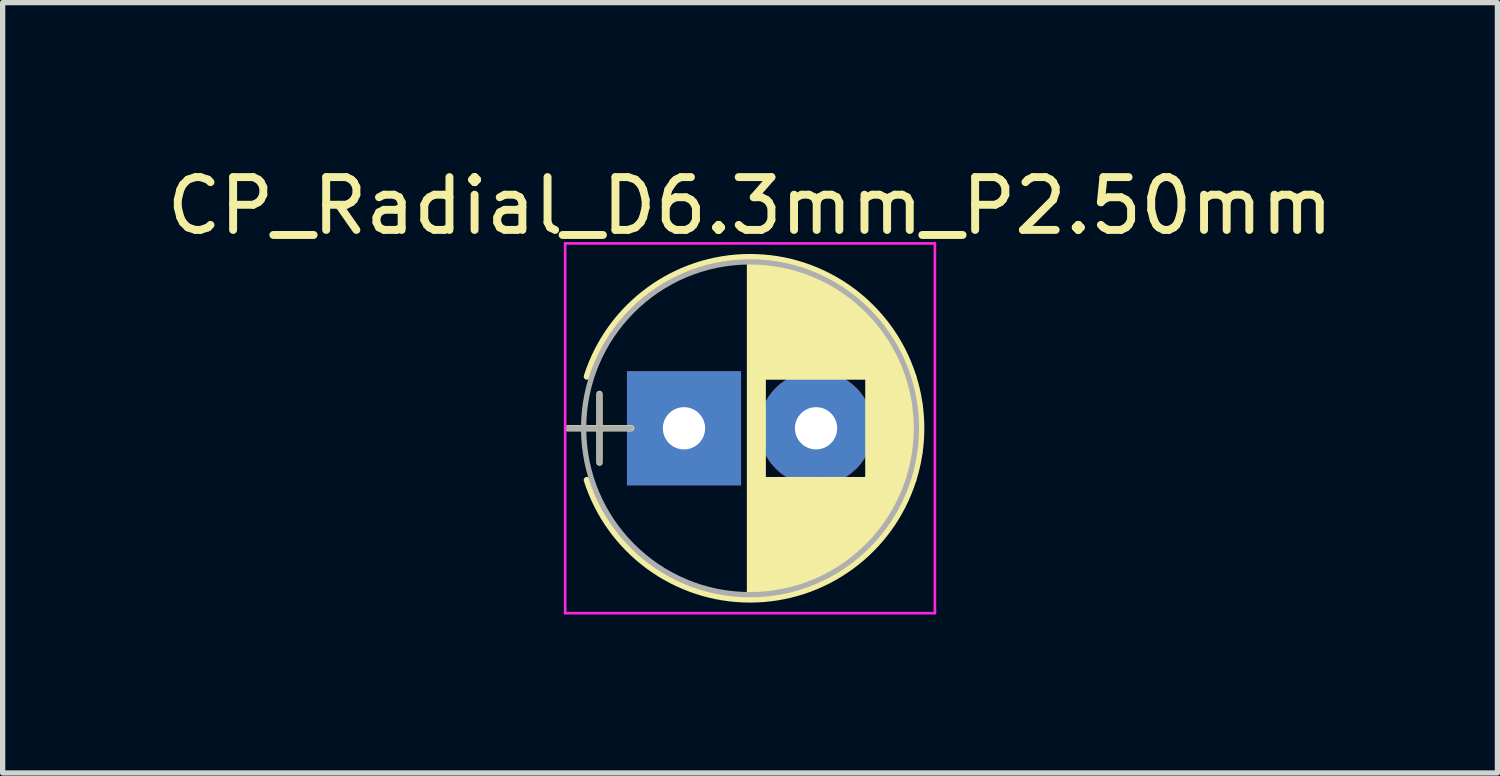
<source format=kicad_pcb>
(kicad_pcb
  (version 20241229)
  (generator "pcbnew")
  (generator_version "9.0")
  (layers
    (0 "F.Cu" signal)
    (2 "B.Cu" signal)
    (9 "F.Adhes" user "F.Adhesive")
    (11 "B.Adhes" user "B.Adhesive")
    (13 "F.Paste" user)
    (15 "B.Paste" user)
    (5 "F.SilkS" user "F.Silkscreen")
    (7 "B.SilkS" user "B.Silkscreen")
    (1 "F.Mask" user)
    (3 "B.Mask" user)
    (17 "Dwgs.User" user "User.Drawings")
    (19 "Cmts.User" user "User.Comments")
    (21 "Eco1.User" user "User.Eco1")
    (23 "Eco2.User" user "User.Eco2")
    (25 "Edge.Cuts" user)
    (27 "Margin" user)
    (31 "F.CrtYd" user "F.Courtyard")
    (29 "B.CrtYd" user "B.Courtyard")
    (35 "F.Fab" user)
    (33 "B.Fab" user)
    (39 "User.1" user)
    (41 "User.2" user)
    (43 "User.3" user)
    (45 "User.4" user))
  (footprint "CP_Radial_D6.3mm_P2.50mm"
    (layer "F.Cu")
    (at 9.899 5.058)
    (property "Reference" "CP_Radial_D6.3mm_P2.50mm" (at 1.25 -4.21 0) (layer "F.SilkS") (effects (font (size 1 1) (thickness 0.15))))
    (attr through_hole)
    (fp_line (start -2.2 0) (end -1 0) (stroke (width 0.12) (type solid)) (layer "F.SilkS"))
    (fp_line (start -1.6 -0.65) (end -1.6 0.65) (stroke (width 0.12) (type solid)) (layer "F.SilkS"))
    (fp_line (start 1.25 -3.2) (end 1.25 3.2) (stroke (width 0.12) (type solid)) (layer "F.SilkS"))
    (fp_line (start 1.29 -3.2) (end 1.29 3.2) (stroke (width 0.12) (type solid)) (layer "F.SilkS"))
    (fp_line (start 1.33 -3.2) (end 1.33 3.2) (stroke (width 0.12) (type solid)) (layer "F.SilkS"))
    (fp_line (start 1.37 -3.198) (end 1.37 3.198) (stroke (width 0.12) (type solid)) (layer "F.SilkS"))
    (fp_line (start 1.41 -3.197) (end 1.41 3.197) (stroke (width 0.12) (type solid)) (layer "F.SilkS"))
    (fp_line (start 1.45 -3.194) (end 1.45 3.194) (stroke (width 0.12) (type solid)) (layer "F.SilkS"))
    (fp_line (start 1.49 -3.192) (end 1.49 3.192) (stroke (width 0.12) (type solid)) (layer "F.SilkS"))
    (fp_line (start 1.53 -3.188) (end 1.53 -0.98) (stroke (width 0.12) (type solid)) (layer "F.SilkS"))
    (fp_line (start 1.53 0.98) (end 1.53 3.188) (stroke (width 0.12) (type solid)) (layer "F.SilkS"))
    (fp_line (start 1.57 -3.185) (end 1.57 -0.98) (stroke (width 0.12) (type solid)) (layer "F.SilkS"))
    (fp_line (start 1.57 0.98) (end 1.57 3.185) (stroke (width 0.12) (type solid)) (layer "F.SilkS"))
    (fp_line (start 1.61 -3.18) (end 1.61 -0.98) (stroke (width 0.12) (type solid)) (layer "F.SilkS"))
    (fp_line (start 1.61 0.98) (end 1.61 3.18) (stroke (width 0.12) (type solid)) (layer "F.SilkS"))
    (fp_line (start 1.65 -3.176) (end 1.65 -0.98) (stroke (width 0.12) (type solid)) (layer "F.SilkS"))
    (fp_line (start 1.65 0.98) (end 1.65 3.176) (stroke (width 0.12) (type solid)) (layer "F.SilkS"))
    (fp_line (start 1.69 -3.17) (end 1.69 -0.98) (stroke (width 0.12) (type solid)) (layer "F.SilkS"))
    (fp_line (start 1.69 0.98) (end 1.69 3.17) (stroke (width 0.12) (type solid)) (layer "F.SilkS"))
    (fp_line (start 1.73 -3.165) (end 1.73 -0.98) (stroke (width 0.12) (type solid)) (layer "F.SilkS"))
    (fp_line (start 1.73 0.98) (end 1.73 3.165) (stroke (width 0.12) (type solid)) (layer "F.SilkS"))
    (fp_line (start 1.77 -3.158) (end 1.77 -0.98) (stroke (width 0.12) (type solid)) (layer "F.SilkS"))
    (fp_line (start 1.77 0.98) (end 1.77 3.158) (stroke (width 0.12) (type solid)) (layer "F.SilkS"))
    (fp_line (start 1.81 -3.152) (end 1.81 -0.98) (stroke (width 0.12) (type solid)) (layer "F.SilkS"))
    (fp_line (start 1.81 0.98) (end 1.81 3.152) (stroke (width 0.12) (type solid)) (layer "F.SilkS"))
    (fp_line (start 1.85 -3.144) (end 1.85 -0.98) (stroke (width 0.12) (type solid)) (layer "F.SilkS"))
    (fp_line (start 1.85 0.98) (end 1.85 3.144) (stroke (width 0.12) (type solid)) (layer "F.SilkS"))
    (fp_line (start 1.89 -3.137) (end 1.89 -0.98) (stroke (width 0.12) (type solid)) (layer "F.SilkS"))
    (fp_line (start 1.89 0.98) (end 1.89 3.137) (stroke (width 0.12) (type solid)) (layer "F.SilkS"))
    (fp_line (start 1.93 -3.128) (end 1.93 -0.98) (stroke (width 0.12) (type solid)) (layer "F.SilkS"))
    (fp_line (start 1.93 0.98) (end 1.93 3.128) (stroke (width 0.12) (type solid)) (layer "F.SilkS"))
    (fp_line (start 1.971 -3.119) (end 1.971 -0.98) (stroke (width 0.12) (type solid)) (layer "F.SilkS"))
    (fp_line (start 1.971 0.98) (end 1.971 3.119) (stroke (width 0.12) (type solid)) (layer "F.SilkS"))
    (fp_line (start 2.011 -3.11) (end 2.011 -0.98) (stroke (width 0.12) (type solid)) (layer "F.SilkS"))
    (fp_line (start 2.011 0.98) (end 2.011 3.11) (stroke (width 0.12) (type solid)) (layer "F.SilkS"))
    (fp_line (start 2.051 -3.1) (end 2.051 -0.98) (stroke (width 0.12) (type solid)) (layer "F.SilkS"))
    (fp_line (start 2.051 0.98) (end 2.051 3.1) (stroke (width 0.12) (type solid)) (layer "F.SilkS"))
    (fp_line (start 2.091 -3.09) (end 2.091 -0.98) (stroke (width 0.12) (type solid)) (layer "F.SilkS"))
    (fp_line (start 2.091 0.98) (end 2.091 3.09) (stroke (width 0.12) (type solid)) (layer "F.SilkS"))
    (fp_line (start 2.131 -3.079) (end 2.131 -0.98) (stroke (width 0.12) (type solid)) (layer "F.SilkS"))
    (fp_line (start 2.131 0.98) (end 2.131 3.079) (stroke (width 0.12) (type solid)) (layer "F.SilkS"))
    (fp_line (start 2.171 -3.067) (end 2.171 -0.98) (stroke (width 0.12) (type solid)) (layer "F.SilkS"))
    (fp_line (start 2.171 0.98) (end 2.171 3.067) (stroke (width 0.12) (type solid)) (layer "F.SilkS"))
    (fp_line (start 2.211 -3.055) (end 2.211 -0.98) (stroke (width 0.12) (type solid)) (layer "F.SilkS"))
    (fp_line (start 2.211 0.98) (end 2.211 3.055) (stroke (width 0.12) (type solid)) (layer "F.SilkS"))
    (fp_line (start 2.251 -3.042) (end 2.251 -0.98) (stroke (width 0.12) (type solid)) (layer "F.SilkS"))
    (fp_line (start 2.251 0.98) (end 2.251 3.042) (stroke (width 0.12) (type solid)) (layer "F.SilkS"))
    (fp_line (start 2.291 -3.029) (end 2.291 -0.98) (stroke (width 0.12) (type solid)) (layer "F.SilkS"))
    (fp_line (start 2.291 0.98) (end 2.291 3.029) (stroke (width 0.12) (type solid)) (layer "F.SilkS"))
    (fp_line (start 2.331 -3.015) (end 2.331 -0.98) (stroke (width 0.12) (type solid)) (layer "F.SilkS"))
    (fp_line (start 2.331 0.98) (end 2.331 3.015) (stroke (width 0.12) (type solid)) (layer "F.SilkS"))
    (fp_line (start 2.371 -3.001) (end 2.371 -0.98) (stroke (width 0.12) (type solid)) (layer "F.SilkS"))
    (fp_line (start 2.371 0.98) (end 2.371 3.001) (stroke (width 0.12) (type solid)) (layer "F.SilkS"))
    (fp_line (start 2.411 -2.986) (end 2.411 -0.98) (stroke (width 0.12) (type solid)) (layer "F.SilkS"))
    (fp_line (start 2.411 0.98) (end 2.411 2.986) (stroke (width 0.12) (type solid)) (layer "F.SilkS"))
    (fp_line (start 2.451 -2.97) (end 2.451 -0.98) (stroke (width 0.12) (type solid)) (layer "F.SilkS"))
    (fp_line (start 2.451 0.98) (end 2.451 2.97) (stroke (width 0.12) (type solid)) (layer "F.SilkS"))
    (fp_line (start 2.491 -2.954) (end 2.491 -0.98) (stroke (width 0.12) (type solid)) (layer "F.SilkS"))
    (fp_line (start 2.491 0.98) (end 2.491 2.954) (stroke (width 0.12) (type solid)) (layer "F.SilkS"))
    (fp_line (start 2.531 -2.937) (end 2.531 -0.98) (stroke (width 0.12) (type solid)) (layer "F.SilkS"))
    (fp_line (start 2.531 0.98) (end 2.531 2.937) (stroke (width 0.12) (type solid)) (layer "F.SilkS"))
    (fp_line (start 2.571 -2.919) (end 2.571 -0.98) (stroke (width 0.12) (type solid)) (layer "F.SilkS"))
    (fp_line (start 2.571 0.98) (end 2.571 2.919) (stroke (width 0.12) (type solid)) (layer "F.SilkS"))
    (fp_line (start 2.611 -2.901) (end 2.611 -0.98) (stroke (width 0.12) (type solid)) (layer "F.SilkS"))
    (fp_line (start 2.611 0.98) (end 2.611 2.901) (stroke (width 0.12) (type solid)) (layer "F.SilkS"))
    (fp_line (start 2.651 -2.882) (end 2.651 -0.98) (stroke (width 0.12) (type solid)) (layer "F.SilkS"))
    (fp_line (start 2.651 0.98) (end 2.651 2.882) (stroke (width 0.12) (type solid)) (layer "F.SilkS"))
    (fp_line (start 2.691 -2.863) (end 2.691 -0.98) (stroke (width 0.12) (type solid)) (layer "F.SilkS"))
    (fp_line (start 2.691 0.98) (end 2.691 2.863) (stroke (width 0.12) (type solid)) (layer "F.SilkS"))
    (fp_line (start 2.731 -2.843) (end 2.731 -0.98) (stroke (width 0.12) (type solid)) (layer "F.SilkS"))
    (fp_line (start 2.731 0.98) (end 2.731 2.843) (stroke (width 0.12) (type solid)) (layer "F.SilkS"))
    (fp_line (start 2.771 -2.822) (end 2.771 -0.98) (stroke (width 0.12) (type solid)) (layer "F.SilkS"))
    (fp_line (start 2.771 0.98) (end 2.771 2.822) (stroke (width 0.12) (type solid)) (layer "F.SilkS"))
    (fp_line (start 2.811 -2.8) (end 2.811 -0.98) (stroke (width 0.12) (type solid)) (layer "F.SilkS"))
    (fp_line (start 2.811 0.98) (end 2.811 2.8) (stroke (width 0.12) (type solid)) (layer "F.SilkS"))
    (fp_line (start 2.851 -2.778) (end 2.851 -0.98) (stroke (width 0.12) (type solid)) (layer "F.SilkS"))
    (fp_line (start 2.851 0.98) (end 2.851 2.778) (stroke (width 0.12) (type solid)) (layer "F.SilkS"))
    (fp_line (start 2.891 -2.755) (end 2.891 -0.98) (stroke (width 0.12) (type solid)) (layer "F.SilkS"))
    (fp_line (start 2.891 0.98) (end 2.891 2.755) (stroke (width 0.12) (type solid)) (layer "F.SilkS"))
    (fp_line (start 2.931 -2.731) (end 2.931 -0.98) (stroke (width 0.12) (type solid)) (layer "F.SilkS"))
    (fp_line (start 2.931 0.98) (end 2.931 2.731) (stroke (width 0.12) (type solid)) (layer "F.SilkS"))
    (fp_line (start 2.971 -2.706) (end 2.971 -0.98) (stroke (width 0.12) (type solid)) (layer "F.SilkS"))
    (fp_line (start 2.971 0.98) (end 2.971 2.706) (stroke (width 0.12) (type solid)) (layer "F.SilkS"))
    (fp_line (start 3.011 -2.681) (end 3.011 -0.98) (stroke (width 0.12) (type solid)) (layer "F.SilkS"))
    (fp_line (start 3.011 0.98) (end 3.011 2.681) (stroke (width 0.12) (type solid)) (layer "F.SilkS"))
    (fp_line (start 3.051 -2.654) (end 3.051 -0.98) (stroke (width 0.12) (type solid)) (layer "F.SilkS"))
    (fp_line (start 3.051 0.98) (end 3.051 2.654) (stroke (width 0.12) (type solid)) (layer "F.SilkS"))
    (fp_line (start 3.091 -2.627) (end 3.091 -0.98) (stroke (width 0.12) (type solid)) (layer "F.SilkS"))
    (fp_line (start 3.091 0.98) (end 3.091 2.627) (stroke (width 0.12) (type solid)) (layer "F.SilkS"))
    (fp_line (start 3.131 -2.599) (end 3.131 -0.98) (stroke (width 0.12) (type solid)) (layer "F.SilkS"))
    (fp_line (start 3.131 0.98) (end 3.131 2.599) (stroke (width 0.12) (type solid)) (layer "F.SilkS"))
    (fp_line (start 3.171 -2.57) (end 3.171 -0.98) (stroke (width 0.12) (type solid)) (layer "F.SilkS"))
    (fp_line (start 3.171 0.98) (end 3.171 2.57) (stroke (width 0.12) (type solid)) (layer "F.SilkS"))
    (fp_line (start 3.211 -2.54) (end 3.211 -0.98) (stroke (width 0.12) (type solid)) (layer "F.SilkS"))
    (fp_line (start 3.211 0.98) (end 3.211 2.54) (stroke (width 0.12) (type solid)) (layer "F.SilkS"))
    (fp_line (start 3.251 -2.51) (end 3.251 -0.98) (stroke (width 0.12) (type solid)) (layer "F.SilkS"))
    (fp_line (start 3.251 0.98) (end 3.251 2.51) (stroke (width 0.12) (type solid)) (layer "F.SilkS"))
    (fp_line (start 3.291 -2.478) (end 3.291 -0.98) (stroke (width 0.12) (type solid)) (layer "F.SilkS"))
    (fp_line (start 3.291 0.98) (end 3.291 2.478) (stroke (width 0.12) (type solid)) (layer "F.SilkS"))
    (fp_line (start 3.331 -2.445) (end 3.331 -0.98) (stroke (width 0.12) (type solid)) (layer "F.SilkS"))
    (fp_line (start 3.331 0.98) (end 3.331 2.445) (stroke (width 0.12) (type solid)) (layer "F.SilkS"))
    (fp_line (start 3.371 -2.411) (end 3.371 -0.98) (stroke (width 0.12) (type solid)) (layer "F.SilkS"))
    (fp_line (start 3.371 0.98) (end 3.371 2.411) (stroke (width 0.12) (type solid)) (layer "F.SilkS"))
    (fp_line (start 3.411 -2.375) (end 3.411 -0.98) (stroke (width 0.12) (type solid)) (layer "F.SilkS"))
    (fp_line (start 3.411 0.98) (end 3.411 2.375) (stroke (width 0.12) (type solid)) (layer "F.SilkS"))
    (fp_line (start 3.451 -2.339) (end 3.451 -0.98) (stroke (width 0.12) (type solid)) (layer "F.SilkS"))
    (fp_line (start 3.451 0.98) (end 3.451 2.339) (stroke (width 0.12) (type solid)) (layer "F.SilkS"))
    (fp_line (start 3.491 -2.301) (end 3.491 2.301) (stroke (width 0.12) (type solid)) (layer "F.SilkS"))
    (fp_line (start 3.531 -2.262) (end 3.531 2.262) (stroke (width 0.12) (type solid)) (layer "F.SilkS"))
    (fp_line (start 3.571 -2.222) (end 3.571 2.222) (stroke (width 0.12) (type solid)) (layer "F.SilkS"))
    (fp_line (start 3.611 -2.18) (end 3.611 2.18) (stroke (width 0.12) (type solid)) (layer "F.SilkS"))
    (fp_line (start 3.651 -2.137) (end 3.651 2.137) (stroke (width 0.12) (type solid)) (layer "F.SilkS"))
    (fp_line (start 3.691 -2.092) (end 3.691 2.092) (stroke (width 0.12) (type solid)) (layer "F.SilkS"))
    (fp_line (start 3.731 -2.045) (end 3.731 2.045) (stroke (width 0.12) (type solid)) (layer "F.SilkS"))
    (fp_line (start 3.771 -1.997) (end 3.771 1.997) (stroke (width 0.12) (type solid)) (layer "F.SilkS"))
    (fp_line (start 3.811 -1.946) (end 3.811 1.946) (stroke (width 0.12) (type solid)) (layer "F.SilkS"))
    (fp_line (start 3.851 -1.894) (end 3.851 1.894) (stroke (width 0.12) (type solid)) (layer "F.SilkS"))
    (fp_line (start 3.891 -1.839) (end 3.891 1.839) (stroke (width 0.12) (type solid)) (layer "F.SilkS"))
    (fp_line (start 3.931 -1.781) (end 3.931 1.781) (stroke (width 0.12) (type solid)) (layer "F.SilkS"))
    (fp_line (start 3.971 -1.721) (end 3.971 1.721) (stroke (width 0.12) (type solid)) (layer "F.SilkS"))
    (fp_line (start 4.011 -1.658) (end 4.011 1.658) (stroke (width 0.12) (type solid)) (layer "F.SilkS"))
    (fp_line (start 4.051 -1.591) (end 4.051 1.591) (stroke (width 0.12) (type solid)) (layer "F.SilkS"))
    (fp_line (start 4.091 -1.52) (end 4.091 1.52) (stroke (width 0.12) (type solid)) (layer "F.SilkS"))
    (fp_line (start 4.131 -1.445) (end 4.131 1.445) (stroke (width 0.12) (type solid)) (layer "F.SilkS"))
    (fp_line (start 4.171 -1.364) (end 4.171 1.364) (stroke (width 0.12) (type solid)) (layer "F.SilkS"))
    (fp_line (start 4.211 -1.278) (end 4.211 1.278) (stroke (width 0.12) (type solid)) (layer "F.SilkS"))
    (fp_line (start 4.251 -1.184) (end 4.251 1.184) (stroke (width 0.12) (type solid)) (layer "F.SilkS"))
    (fp_line (start 4.291 -1.081) (end 4.291 1.081) (stroke (width 0.12) (type solid)) (layer "F.SilkS"))
    (fp_line (start 4.331 -0.966) (end 4.331 0.966) (stroke (width 0.12) (type solid)) (layer "F.SilkS"))
    (fp_line (start 4.371 -0.834) (end 4.371 0.834) (stroke (width 0.12) (type solid)) (layer "F.SilkS"))
    (fp_line (start 4.411 -0.676) (end 4.411 0.676) (stroke (width 0.12) (type solid)) (layer "F.SilkS"))
    (fp_line (start 4.451 -0.468) (end 4.451 0.468) (stroke (width 0.12) (type solid)) (layer "F.SilkS"))
    (fp_arc (start -1.838236 -0.98) (mid 1.250337 -3.24) (end 4.33844 -0.979357) (stroke (width 0.12) (type solid)) (layer "F.SilkS"))
    (fp_arc (start 4.338236 -0.98) (mid 4.49 -0.000337) (end 4.33844 0.979357) (stroke (width 0.12) (type solid)) (layer "F.SilkS"))
    (fp_arc (start 4.33844 0.979357) (mid 1.250337 3.24) (end -1.838236 0.98) (stroke (width 0.12) (type solid)) (layer "F.SilkS"))
    (fp_line (start -2.25 -3.5) (end -2.25 3.5) (stroke (width 0.05) (type solid)) (layer "F.CrtYd"))
    (fp_line (start -2.25 3.5) (end 4.75 3.5) (stroke (width 0.05) (type solid)) (layer "F.CrtYd"))
    (fp_line (start 4.75 -3.5) (end -2.25 -3.5) (stroke (width 0.05) (type solid)) (layer "F.CrtYd"))
    (fp_line (start 4.75 3.5) (end 4.75 -3.5) (stroke (width 0.05) (type solid)) (layer "F.CrtYd"))
    (fp_line (start -2.2 0) (end -1 0) (stroke (width 0.1) (type solid)) (layer "F.Fab"))
    (fp_line (start -1.6 -0.65) (end -1.6 0.65) (stroke (width 0.1) (type solid)) (layer "F.Fab"))
    (fp_circle (center 1.25 0) (end 4.4 0) (stroke (width 0.1) (type solid)) (fill no) (layer "F.Fab"))
    (pad "1" thru_hole rect (at 0 0) (size 2.159 2.159) (drill 0.8) (layers "*.Cu" "*.Mask"))
    (pad "2" thru_hole circle (at 2.5 0) (size 2.159 2.159) (drill 0.8) (layers "*.Cu" "*.Mask")))
  (gr_rect
    (start -3 -3)
    (end 25.298 11.583)
    (stroke (width 0.1) (type default))
    (fill no)
    (layer "Edge.Cuts")))
</source>
